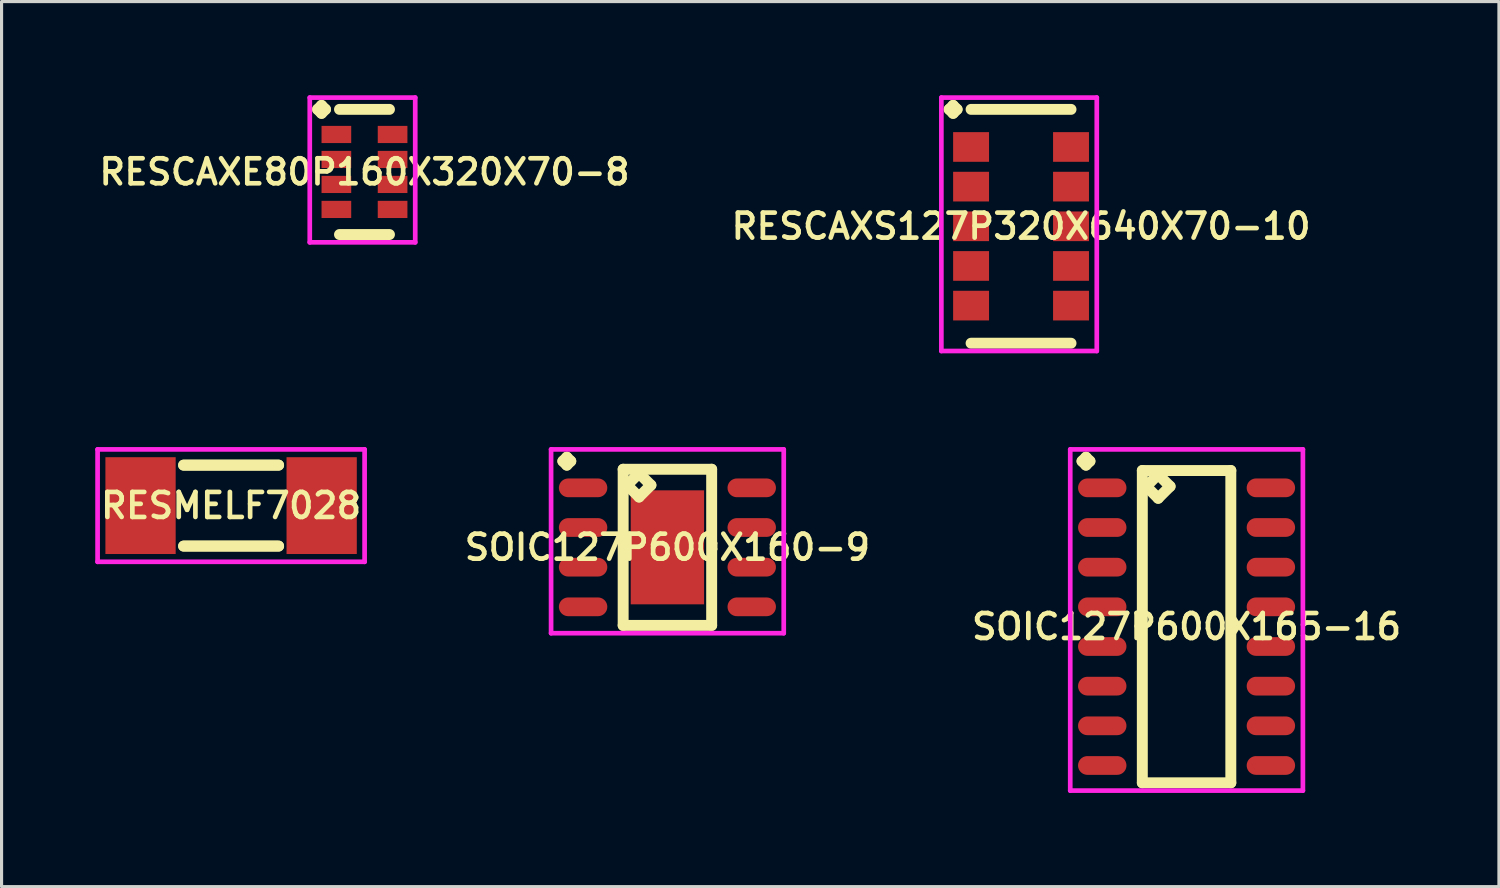
<source format=kicad_pcb>
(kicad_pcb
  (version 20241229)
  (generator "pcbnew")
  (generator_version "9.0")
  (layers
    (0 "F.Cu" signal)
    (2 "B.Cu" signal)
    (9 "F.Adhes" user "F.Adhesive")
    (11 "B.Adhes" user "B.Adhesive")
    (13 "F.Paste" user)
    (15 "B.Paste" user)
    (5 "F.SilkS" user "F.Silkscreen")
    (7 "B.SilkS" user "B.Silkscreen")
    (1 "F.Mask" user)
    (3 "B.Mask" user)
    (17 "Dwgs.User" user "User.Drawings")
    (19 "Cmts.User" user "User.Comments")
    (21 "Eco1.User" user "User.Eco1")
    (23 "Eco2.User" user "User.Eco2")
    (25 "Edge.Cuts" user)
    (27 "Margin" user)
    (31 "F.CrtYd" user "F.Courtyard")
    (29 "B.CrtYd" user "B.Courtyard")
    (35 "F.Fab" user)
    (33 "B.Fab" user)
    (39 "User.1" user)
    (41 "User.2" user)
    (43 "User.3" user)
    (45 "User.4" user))
  (footprint "SOIC127P600X165-16"
    (layer "F.Cu")
    (at 34.945 17.016)
    (property "Reference" "SOIC127P600X165-16" (at 0 0 0) (layer "F.SilkS") (effects (font (size 0.8 0.8) (thickness 0.15))))
    (attr smd)
    (fp_line (start -3.348 -5.299) (end -3.221 -5.426) (stroke (width 0.35) (type solid)) (layer "F.SilkS"))
    (fp_line (start -3.221 -5.426) (end -3.094 -5.299) (stroke (width 0.35) (type solid)) (layer "F.SilkS"))
    (fp_line (start -3.221 -5.172) (end -3.348 -5.299) (stroke (width 0.35) (type solid)) (layer "F.SilkS"))
    (fp_line (start -3.094 -5.299) (end -3.221 -5.172) (stroke (width 0.35) (type solid)) (layer "F.SilkS"))
    (fp_line (start -1.417 -5) (end -1.417 5) (stroke (width 0.35) (type solid)) (layer "F.SilkS"))
    (fp_line (start -1.417 5) (end 1.417 5) (stroke (width 0.35) (type solid)) (layer "F.SilkS"))
    (fp_line (start -1.29 -4.492) (end -0.909 -4.873) (stroke (width 0.35) (type solid)) (layer "F.SilkS"))
    (fp_line (start -0.909 -4.873) (end -0.528 -4.492) (stroke (width 0.35) (type solid)) (layer "F.SilkS"))
    (fp_line (start -0.909 -4.111) (end -1.29 -4.492) (stroke (width 0.35) (type solid)) (layer "F.SilkS"))
    (fp_line (start -0.528 -4.492) (end -0.909 -4.111) (stroke (width 0.35) (type solid)) (layer "F.SilkS"))
    (fp_line (start 1.417 -5) (end -1.417 -5) (stroke (width 0.35) (type solid)) (layer "F.SilkS"))
    (fp_line (start 1.417 5) (end 1.417 -5) (stroke (width 0.35) (type solid)) (layer "F.SilkS"))
    (fp_line (start -3.725 -5.676) (end 3.725 -5.676) (stroke (width 0.15) (type solid)) (layer "F.CrtYd"))
    (fp_line (start -3.725 5.25) (end -3.725 -5.676) (stroke (width 0.15) (type solid)) (layer "F.CrtYd"))
    (fp_line (start 3.725 -5.676) (end 3.725 5.25) (stroke (width 0.15) (type solid)) (layer "F.CrtYd"))
    (fp_line (start 3.725 5.25) (end -3.725 5.25) (stroke (width 0.15) (type solid)) (layer "F.CrtYd"))
    (pad "1" smd oval (at -2.7 -4.445) (size 1.55 0.6) (layers "F.Cu" "F.Mask" "F.Paste"))
    (pad "2" smd oval (at -2.7 -3.175) (size 1.55 0.6) (layers "F.Cu" "F.Mask" "F.Paste"))
    (pad "3" smd oval (at -2.7 -1.905) (size 1.55 0.6) (layers "F.Cu" "F.Mask" "F.Paste"))
    (pad "4" smd oval (at -2.7 -0.635) (size 1.55 0.6) (layers "F.Cu" "F.Mask" "F.Paste"))
    (pad "5" smd oval (at -2.7 0.635) (size 1.55 0.6) (layers "F.Cu" "F.Mask" "F.Paste"))
    (pad "6" smd oval (at -2.7 1.905) (size 1.55 0.6) (layers "F.Cu" "F.Mask" "F.Paste"))
    (pad "7" smd oval (at -2.7 3.175) (size 1.55 0.6) (layers "F.Cu" "F.Mask" "F.Paste"))
    (pad "8" smd oval (at -2.7 4.445) (size 1.55 0.6) (layers "F.Cu" "F.Mask" "F.Paste"))
    (pad "9" smd oval (at 2.7 4.445) (size 1.55 0.6) (layers "F.Cu" "F.Mask" "F.Paste"))
    (pad "10" smd oval (at 2.7 3.175) (size 1.55 0.6) (layers "F.Cu" "F.Mask" "F.Paste"))
    (pad "11" smd oval (at 2.7 1.905) (size 1.55 0.6) (layers "F.Cu" "F.Mask" "F.Paste"))
    (pad "12" smd oval (at 2.7 0.635) (size 1.55 0.6) (layers "F.Cu" "F.Mask" "F.Paste"))
    (pad "13" smd oval (at 2.7 -0.635) (size 1.55 0.6) (layers "F.Cu" "F.Mask" "F.Paste"))
    (pad "14" smd oval (at 2.7 -1.905) (size 1.55 0.6) (layers "F.Cu" "F.Mask" "F.Paste"))
    (pad "15" smd oval (at 2.7 -3.175) (size 1.55 0.6) (layers "F.Cu" "F.Mask" "F.Paste"))
    (pad "16" smd oval (at 2.7 -4.445) (size 1.55 0.6) (layers "F.Cu" "F.Mask" "F.Paste")))
  (footprint "SOIC127P600X160-9"
    (layer "F.Cu")
    (at 18.321 14.476)
    (property "Reference" "SOIC127P600X160-9" (at 0 0 0) (layer "F.SilkS") (effects (font (size 0.8 0.8) (thickness 0.15))))
    (attr smd)
    (fp_line (start -3.348 -2.759) (end -3.221 -2.886) (stroke (width 0.35) (type solid)) (layer "F.SilkS"))
    (fp_line (start -3.221 -2.886) (end -3.094 -2.759) (stroke (width 0.35) (type solid)) (layer "F.SilkS"))
    (fp_line (start -3.221 -2.632) (end -3.348 -2.759) (stroke (width 0.35) (type solid)) (layer "F.SilkS"))
    (fp_line (start -3.094 -2.759) (end -3.221 -2.632) (stroke (width 0.35) (type solid)) (layer "F.SilkS"))
    (fp_line (start -1.417 -2.5) (end -1.417 2.5) (stroke (width 0.35) (type solid)) (layer "F.SilkS"))
    (fp_line (start -1.417 2.5) (end 1.417 2.5) (stroke (width 0.35) (type solid)) (layer "F.SilkS"))
    (fp_line (start -1.29 -1.992) (end -0.909 -2.373) (stroke (width 0.35) (type solid)) (layer "F.SilkS"))
    (fp_line (start -0.909 -2.373) (end -0.528 -1.992) (stroke (width 0.35) (type solid)) (layer "F.SilkS"))
    (fp_line (start -0.909 -1.611) (end -1.29 -1.992) (stroke (width 0.35) (type solid)) (layer "F.SilkS"))
    (fp_line (start -0.528 -1.992) (end -0.909 -1.611) (stroke (width 0.35) (type solid)) (layer "F.SilkS"))
    (fp_line (start 1.417 -2.5) (end -1.417 -2.5) (stroke (width 0.35) (type solid)) (layer "F.SilkS"))
    (fp_line (start 1.417 2.5) (end 1.417 -2.5) (stroke (width 0.35) (type solid)) (layer "F.SilkS"))
    (fp_line (start -3.725 -3.136) (end 3.725 -3.136) (stroke (width 0.15) (type solid)) (layer "F.CrtYd"))
    (fp_line (start -3.725 2.75) (end -3.725 -3.136) (stroke (width 0.15) (type solid)) (layer "F.CrtYd"))
    (fp_line (start 3.725 -3.136) (end 3.725 2.75) (stroke (width 0.15) (type solid)) (layer "F.CrtYd"))
    (fp_line (start 3.725 2.75) (end -3.725 2.75) (stroke (width 0.15) (type solid)) (layer "F.CrtYd"))
    (pad "1" smd oval (at -2.7 -1.905) (size 1.55 0.6) (layers "F.Cu" "F.Mask" "F.Paste"))
    (pad "2" smd oval (at -2.7 -0.635) (size 1.55 0.6) (layers "F.Cu" "F.Mask" "F.Paste"))
    (pad "3" smd oval (at -2.7 0.635) (size 1.55 0.6) (layers "F.Cu" "F.Mask" "F.Paste"))
    (pad "4" smd oval (at -2.7 1.905) (size 1.55 0.6) (layers "F.Cu" "F.Mask" "F.Paste"))
    (pad "5" smd oval (at 2.7 1.905) (size 1.55 0.6) (layers "F.Cu" "F.Mask" "F.Paste"))
    (pad "6" smd oval (at 2.7 0.635) (size 1.55 0.6) (layers "F.Cu" "F.Mask" "F.Paste"))
    (pad "7" smd oval (at 2.7 -0.635) (size 1.55 0.6) (layers "F.Cu" "F.Mask" "F.Paste"))
    (pad "8" smd oval (at 2.7 -1.905) (size 1.55 0.6) (layers "F.Cu" "F.Mask" "F.Paste"))
    (pad "9" smd rect (at 0 0) (size 2.35 3.65) (layers "F.Cu" "F.Mask" "F.Paste")))
  (footprint "RESMELF7028"
    (layer "F.Cu")
    (at 4.35 13.14)
    (property "Reference" "RESMELF7028" (at 0 0 0) (layer "F.SilkS") (effects (font (size 0.8 0.8) (thickness 0.15))))
    (attr smd)
    (fp_line (start -1.521 -1.296) (end 1.521 -1.296) (stroke (width 0.35) (type solid)) (layer "F.SilkS"))
    (fp_line (start -1.521 1.296) (end 1.521 1.296) (stroke (width 0.35) (type solid)) (layer "F.SilkS"))
    (fp_line (start 1.521 -1.296) (end -1.521 -1.296) (stroke (width 0.35) (type solid)) (layer "F.SilkS"))
    (fp_line (start 1.521 1.296) (end -1.521 1.296) (stroke (width 0.35) (type solid)) (layer "F.SilkS"))
    (fp_line (start -4.275 -1.8) (end 4.275 -1.8) (stroke (width 0.15) (type solid)) (layer "F.CrtYd"))
    (fp_line (start -4.275 1.8) (end -4.275 -1.8) (stroke (width 0.15) (type solid)) (layer "F.CrtYd"))
    (fp_line (start 4.275 -1.8) (end 4.275 1.8) (stroke (width 0.15) (type solid)) (layer "F.CrtYd"))
    (fp_line (start 4.275 1.8) (end -4.275 1.8) (stroke (width 0.15) (type solid)) (layer "F.CrtYd"))
    (pad "1" smd rect (at -2.9 0) (size 2.25 3.1) (layers "F.Cu" "F.Mask" "F.Paste"))
    (pad "2" smd rect (at 2.9 0) (size 2.25 3.1) (layers "F.Cu" "F.Mask" "F.Paste")))
  (footprint "RESCAXE80P160X320X70-8"
    (layer "F.Cu")
    (at 8.621 2.456)
    (property "Reference" "RESCAXE80P160X320X70-8" (at 0 0 0) (layer "F.SilkS") (effects (font (size 0.8 0.8) (thickness 0.15))))
    (attr smd)
    (fp_line (start -1.502 -2.004) (end -1.375 -2.131) (stroke (width 0.35) (type solid)) (layer "F.SilkS"))
    (fp_line (start -1.375 -2.131) (end -1.248 -2.004) (stroke (width 0.35) (type solid)) (layer "F.SilkS"))
    (fp_line (start -1.375 -1.877) (end -1.502 -2.004) (stroke (width 0.35) (type solid)) (layer "F.SilkS"))
    (fp_line (start -1.248 -2.004) (end -1.375 -1.877) (stroke (width 0.35) (type solid)) (layer "F.SilkS"))
    (fp_line (start -0.8 -2.004) (end 0.8 -2.004) (stroke (width 0.35) (type solid)) (layer "F.SilkS"))
    (fp_line (start -0.8 2.004) (end 0.8 2.004) (stroke (width 0.35) (type solid)) (layer "F.SilkS"))
    (fp_line (start -1.752 -2.381) (end 1.625 -2.381) (stroke (width 0.15) (type solid)) (layer "F.CrtYd"))
    (fp_line (start -1.752 2.254) (end -1.752 -2.381) (stroke (width 0.15) (type solid)) (layer "F.CrtYd"))
    (fp_line (start 1.625 -2.381) (end 1.625 2.254) (stroke (width 0.15) (type solid)) (layer "F.CrtYd"))
    (fp_line (start 1.625 2.254) (end -1.752 2.254) (stroke (width 0.15) (type solid)) (layer "F.CrtYd"))
    (pad "1" smd rect (at -0.9 -1.2) (size 0.95 0.55) (layers "F.Cu" "F.Mask" "F.Paste"))
    (pad "2" smd rect (at -0.9 -0.4) (size 0.95 0.55) (layers "F.Cu" "F.Mask" "F.Paste"))
    (pad "3" smd rect (at -0.9 0.4) (size 0.95 0.55) (layers "F.Cu" "F.Mask" "F.Paste"))
    (pad "4" smd rect (at -0.9 1.2) (size 0.95 0.55) (layers "F.Cu" "F.Mask" "F.Paste"))
    (pad "5" smd rect (at 0.9 1.2) (size 0.95 0.55) (layers "F.Cu" "F.Mask" "F.Paste"))
    (pad "6" smd rect (at 0.9 0.4) (size 0.95 0.55) (layers "F.Cu" "F.Mask" "F.Paste"))
    (pad "7" smd rect (at 0.9 -0.4) (size 0.95 0.55) (layers "F.Cu" "F.Mask" "F.Paste"))
    (pad "8" smd rect (at 0.9 -1.2) (size 0.95 0.55) (layers "F.Cu" "F.Mask" "F.Paste")))
  (footprint "RESCAXS127P320X640X70-10"
    (layer "F.Cu")
    (at 29.645 4.196)
    (property "Reference" "RESCAXS127P320X640X70-10" (at 0 0 0) (layer "F.SilkS") (effects (font (size 0.8 0.8) (thickness 0.15))))
    (attr smd)
    (fp_line (start -2.302 -3.744) (end -2.175 -3.871) (stroke (width 0.35) (type solid)) (layer "F.SilkS"))
    (fp_line (start -2.175 -3.871) (end -2.048 -3.744) (stroke (width 0.35) (type solid)) (layer "F.SilkS"))
    (fp_line (start -2.175 -3.617) (end -2.302 -3.744) (stroke (width 0.35) (type solid)) (layer "F.SilkS"))
    (fp_line (start -2.048 -3.744) (end -2.175 -3.617) (stroke (width 0.35) (type solid)) (layer "F.SilkS"))
    (fp_line (start -1.6 -3.744) (end 1.6 -3.744) (stroke (width 0.35) (type solid)) (layer "F.SilkS"))
    (fp_line (start -1.6 3.744) (end 1.6 3.744) (stroke (width 0.35) (type solid)) (layer "F.SilkS"))
    (fp_line (start -2.552 -4.121) (end 2.425 -4.121) (stroke (width 0.15) (type solid)) (layer "F.CrtYd"))
    (fp_line (start -2.552 3.994) (end -2.552 -4.121) (stroke (width 0.15) (type solid)) (layer "F.CrtYd"))
    (fp_line (start 2.425 -4.121) (end 2.425 3.994) (stroke (width 0.15) (type solid)) (layer "F.CrtYd"))
    (fp_line (start 2.425 3.994) (end -2.552 3.994) (stroke (width 0.15) (type solid)) (layer "F.CrtYd"))
    (pad "1" smd rect (at -1.6 -2.54) (size 1.15 0.95) (layers "F.Cu" "F.Mask" "F.Paste"))
    (pad "2" smd rect (at -1.6 -1.27) (size 1.15 0.95) (layers "F.Cu" "F.Mask" "F.Paste"))
    (pad "3" smd rect (at -1.6 0) (size 1.15 0.95) (layers "F.Cu" "F.Mask" "F.Paste"))
    (pad "4" smd rect (at -1.6 1.27) (size 1.15 0.95) (layers "F.Cu" "F.Mask" "F.Paste"))
    (pad "5" smd rect (at -1.6 2.54) (size 1.15 0.95) (layers "F.Cu" "F.Mask" "F.Paste"))
    (pad "6" smd rect (at 1.6 2.54) (size 1.15 0.95) (layers "F.Cu" "F.Mask" "F.Paste"))
    (pad "7" smd rect (at 1.6 1.27) (size 1.15 0.95) (layers "F.Cu" "F.Mask" "F.Paste"))
    (pad "8" smd rect (at 1.6 0) (size 1.15 0.95) (layers "F.Cu" "F.Mask" "F.Paste"))
    (pad "9" smd rect (at 1.6 -1.27) (size 1.15 0.95) (layers "F.Cu" "F.Mask" "F.Paste"))
    (pad "10" smd rect (at 1.6 -2.54) (size 1.15 0.95) (layers "F.Cu" "F.Mask" "F.Paste")))
  (gr_rect
    (start -3 -3)
    (end 44.947 25.341)
    (stroke (width 0.1) (type default))
    (fill no)
    (layer "Edge.Cuts")))
</source>
